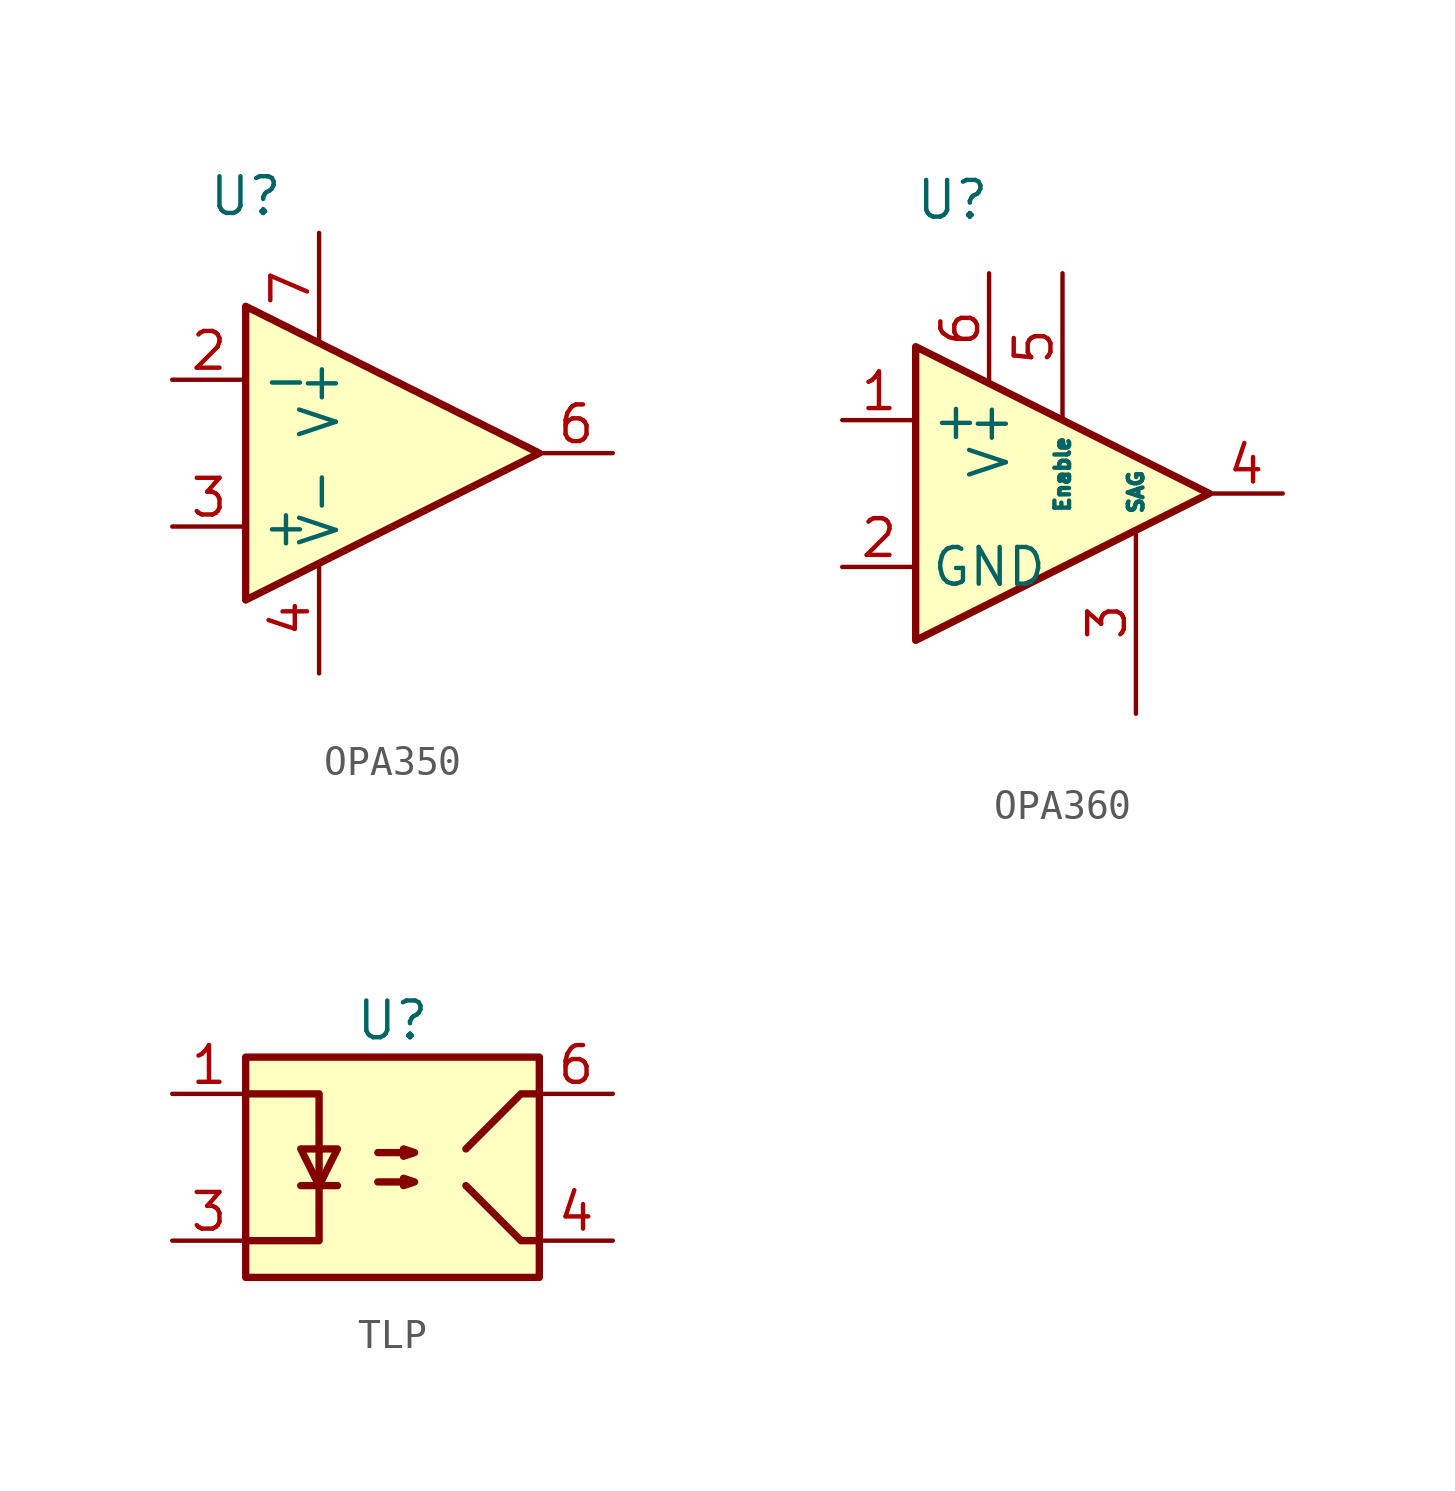
<source format=kicad_sym>
(kicad_symbol_lib
  (version 20220914)
  (generator kicad_symbol_editor)
  (symbol "OPA350"
    (property "Reference" "U"
      (at 0 0 0)
      (effects (font (size 1.27 1.27))))
    (property "Value" ""
      (at 0 0 0)
      (effects (font (size 1.27 1.27))))
    (symbol "OPA350_0_1"
      (polyline (pts (xy 10.16 -8.89) (xy 0 -3.81) (xy 0 -13.97) (xy 10.16 -8.89)) (stroke (width 0.254) (type default)) (fill (type background))))
    (symbol "OPA350_1_1"
      (pin input line (at -2.54 -6.35 0) (length 2.54) (name "-" (effects (font (size 1.27 1.27)))) (number "2" (effects (font (size 1.27 1.27)))))
      (pin input line (at -2.54 -11.43 0) (length 2.54) (name "+" (effects (font (size 1.27 1.27)))) (number "3" (effects (font (size 1.27 1.27)))))
      (pin power_in line (at 2.54 -16.51 90) (length 3.81) (name "V-" (effects (font (size 1.27 1.27)))) (number "4" (effects (font (size 1.27 1.27)))))
      (pin output line (at 12.7 -8.89 180) (length 2.54) (name "~" (effects (font (size 1.27 1.27)))) (number "6" (effects (font (size 1.27 1.27)))))
      (pin power_in line (at 2.54 -1.27 270) (length 3.81) (name "V+" (effects (font (size 1.27 1.27)))) (number "7" (effects (font (size 1.27 1.27)))))))
  (symbol "OPA360"
    (property "Reference" "U"
      (at 0 0 0)
      (effects (font (size 1.27 1.27))))
    (property "Value" ""
      (at 0 0 0)
      (effects (font (size 1.27 1.27))))
    (symbol "OPA360_0_1"
      (polyline (pts (xy 8.89 -10.16) (xy -1.27 -5.08) (xy -1.27 -15.24) (xy 8.89 -10.16)) (stroke (width 0.254) (type default)) (fill (type background))))
    (symbol "OPA360_1_1"
      (pin input line (at -3.81 -7.62 0) (length 2.54) (name "+" (effects (font (size 1.27 1.27)))) (number "1" (effects (font (size 1.27 1.27)))))
      (pin input line (at -3.81 -12.7 0) (length 2.54) (name "GND" (effects (font (size 1.27 1.27)))) (number "2" (effects (font (size 1.27 1.27)))))
      (pin input line (at 6.35 -17.78 90) (length 6.35) (name "SAG" (effects (font (size 0.508 0.508)))) (number "3" (effects (font (size 1.27 1.27)))))
      (pin output line (at 11.43 -10.16 180) (length 2.54) (name "~" (effects (font (size 1.27 1.27)))) (number "4" (effects (font (size 1.27 1.27)))))
      (pin input line (at 3.81 -2.54 270) (length 5.08) (name "Enable" (effects (font (size 0.508 0.508)))) (number "5" (effects (font (size 1.27 1.27)))))
      (pin power_in line (at 1.27 -2.54 270) (length 3.81) (name "V+" (effects (font (size 1.27 1.27)))) (number "6" (effects (font (size 1.27 1.27)))))))
  (symbol "TLP"
    (property "Reference" "U"
      (at 0 0 0)
      (effects (font (size 1.27 1.27))))
    (property "Value" ""
      (at 0 0 0)
      (effects (font (size 1.27 1.27))))
    (symbol "TLP_0_1"
      (rectangle (start -5.08 -1.27) (end 5.08 -8.89) (stroke (width 0.254) (type default)) (fill (type background)))
      (polyline (pts (xy -3.175 -5.715) (xy -1.905 -5.715)) (stroke (width 0.254) (type default)) (fill (type none)))
      (polyline (pts (xy 5.08 -7.62) (xy 4.445 -7.62) (xy 2.54 -5.715)) (stroke (width 0.254) (type default)) (fill (type none)))
      (polyline (pts (xy 5.08 -2.54) (xy 4.445 -2.54) (xy 2.54 -4.445)) (stroke (width 0.254) (type default)) (fill (type none)))
      (polyline (pts (xy -5.08 -7.62) (xy -2.54 -7.62) (xy -2.54 -2.54) (xy -5.08 -2.54)) (stroke (width 0.254) (type default)) (fill (type none)))
      (polyline (pts (xy -2.54 -5.715) (xy -3.175 -4.445) (xy -1.905 -4.445) (xy -2.54 -5.715)) (stroke (width 0.254) (type default)) (fill (type none)))
      (polyline (pts (xy -0.508 -5.588) (xy 0.762 -5.588) (xy 0.381 -5.715) (xy 0.381 -5.461) (xy 0.762 -5.588)) (stroke (width 0.254) (type default)) (fill (type none)))
      (polyline (pts (xy -0.508 -4.572) (xy 0.762 -4.572) (xy 0.381 -4.699) (xy 0.381 -4.445) (xy 0.762 -4.572)) (stroke (width 0.254) (type default)) (fill (type none))))
    (symbol "TLP_1_1"
      (pin passive line (at -7.62 -2.54 0) (length 2.54) (name "~" (effects (font (size 1.27 1.27)))) (number "1" (effects (font (size 1.27 1.27)))))
      (pin passive line (at -7.62 -7.62 0) (length 2.54) (name "~" (effects (font (size 1.27 1.27)))) (number "3" (effects (font (size 1.27 1.27)))))
      (pin passive line (at 7.62 -7.62 180) (length 2.54) (name "~" (effects (font (size 1.27 1.27)))) (number "4" (effects (font (size 1.27 1.27)))))
      (pin passive line (at 7.62 -2.54 180) (length 2.54) (name "~" (effects (font (size 1.27 1.27)))) (number "6" (effects (font (size 1.27 1.27))))))))
</source>
